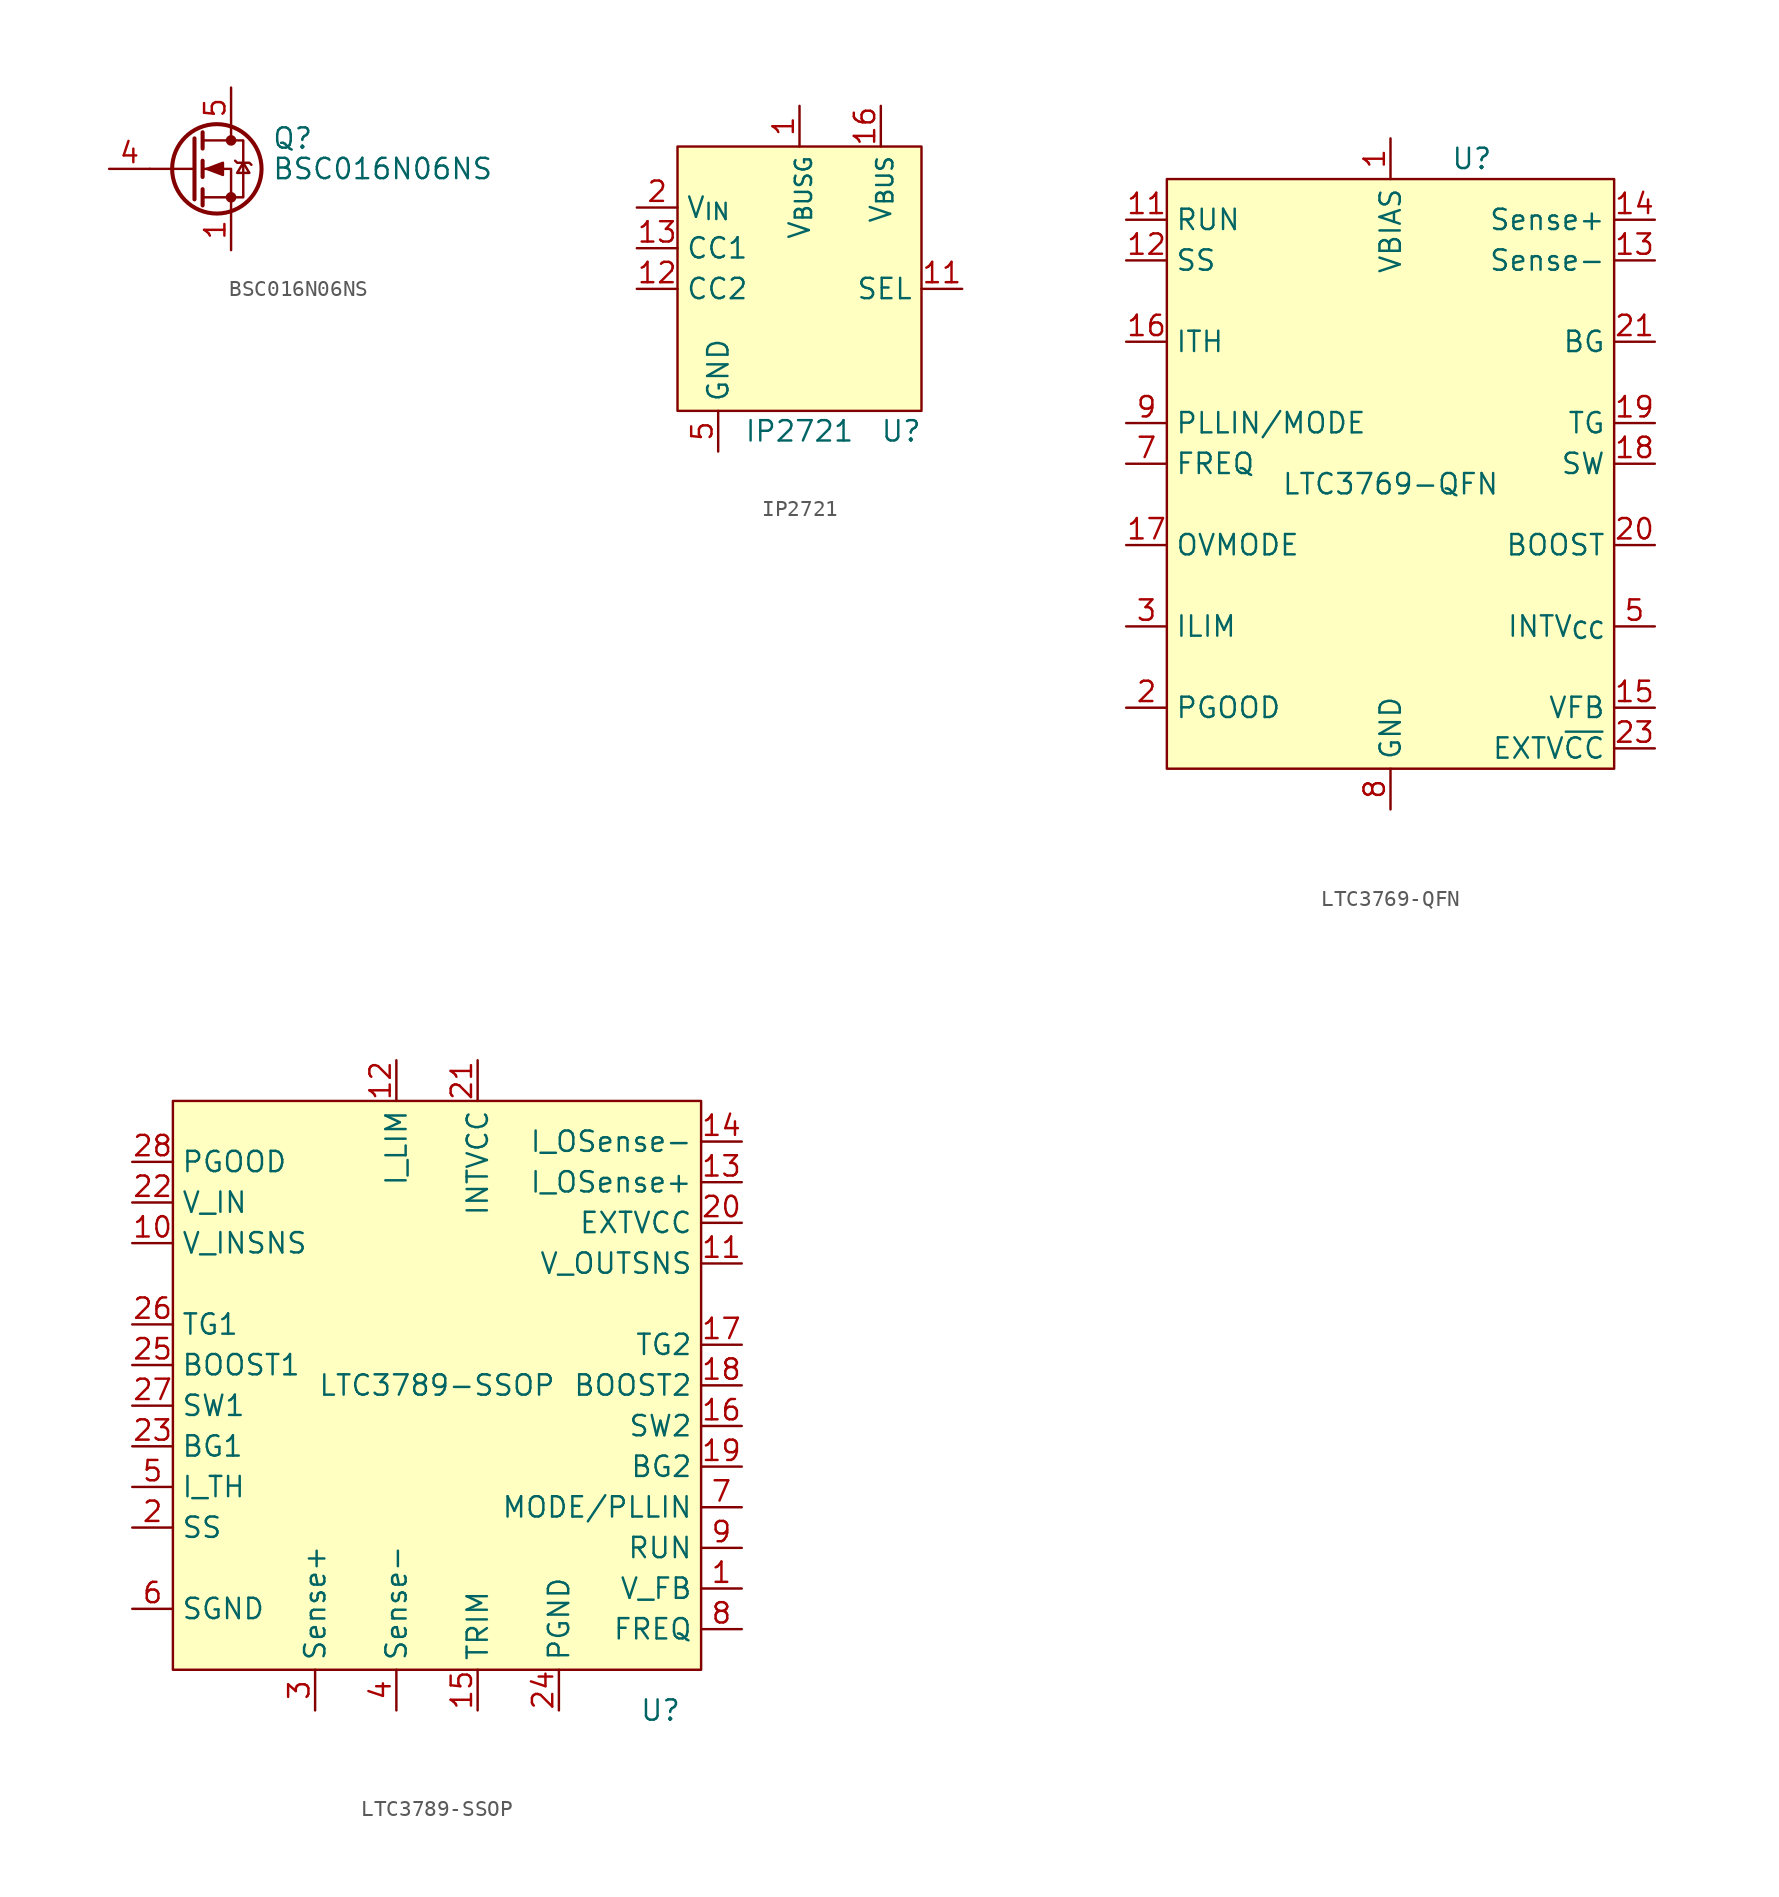
<source format=kicad_sym>
(kicad_symbol_lib
  (version 20220914)
  (generator kicad_symbol_editor)
  (symbol "BSC016N06NS"
    (pin_names hide)
    (property "Reference" "Q"
      (at 5.08 1.905 0)
      (effects (font (size 1.27 1.27)) (justify left)))
    (property "Value" "BSC016N06NS"
      (at 5.08 0 0)
      (effects (font (size 1.27 1.27)) (justify left)))
    (symbol "BSC016N06NS_0_1"
      (polyline (pts (xy 0.254 0) (xy -2.54 0)) (stroke (width 0) (type default)) (fill (type none)))
      (polyline (pts (xy 0.254 1.905) (xy 0.254 -1.905)) (stroke (width 0.254) (type default)) (fill (type none)))
      (polyline (pts (xy 0.762 -1.27) (xy 0.762 -2.286)) (stroke (width 0.254) (type default)) (fill (type none)))
      (polyline (pts (xy 0.762 0.508) (xy 0.762 -0.508)) (stroke (width 0.254) (type default)) (fill (type none)))
      (polyline (pts (xy 0.762 2.286) (xy 0.762 1.27)) (stroke (width 0.254) (type default)) (fill (type none)))
      (polyline (pts (xy 2.54 2.54) (xy 2.54 1.778)) (stroke (width 0) (type default)) (fill (type none)))
      (polyline (pts (xy 2.54 -2.54) (xy 2.54 0) (xy 0.762 0)) (stroke (width 0) (type default)) (fill (type none)))
      (polyline (pts (xy 0.762 -1.778) (xy 3.302 -1.778) (xy 3.302 1.778) (xy 0.762 1.778)) (stroke (width 0) (type default)) (fill (type none)))
      (polyline (pts (xy 1.016 0) (xy 2.032 0.381) (xy 2.032 -0.381) (xy 1.016 0)) (stroke (width 0) (type default)) (fill (type outline)))
      (polyline (pts (xy 2.794 0.508) (xy 2.921 0.381) (xy 3.683 0.381) (xy 3.81 0.254)) (stroke (width 0) (type default)) (fill (type none)))
      (polyline (pts (xy 3.302 0.381) (xy 2.921 -0.254) (xy 3.683 -0.254) (xy 3.302 0.381)) (stroke (width 0) (type default)) (fill (type none)))
      (circle (center 1.651 0) (radius 2.794) (stroke (width 0.254) (type default)) (fill (type none)))
      (circle (center 2.54 -1.778) (radius 0.254) (stroke (width 0) (type default)) (fill (type outline)))
      (circle (center 2.54 1.778) (radius 0.254) (stroke (width 0) (type default)) (fill (type outline))))
    (symbol "BSC016N06NS_1_1"
      (pin passive line (at 2.54 -5.08 90) (length 2.54) (name "S" (effects (font (size 1.27 1.27)))) (number "1" (effects (font (size 1.27 1.27)))))
      (pin passive line (at 2.54 -5.08 90) (length 2.54) hide (name "S" (effects (font (size 1.27 1.27)))) (number "2" (effects (font (size 1.27 1.27)))))
      (pin passive line (at 2.54 -5.08 90) (length 2.54) hide (name "S" (effects (font (size 1.27 1.27)))) (number "3" (effects (font (size 1.27 1.27)))))
      (pin passive line (at -5.08 0 0) (length 2.54) (name "G" (effects (font (size 1.27 1.27)))) (number "4" (effects (font (size 1.27 1.27)))))
      (pin passive line (at 2.54 5.08 270) (length 2.54) (name "D" (effects (font (size 1.27 1.27)))) (number "5" (effects (font (size 1.27 1.27)))))))
  (symbol "IP2721"
    (property "Reference" "U"
      (at 6.35 -11.43 0)
      (effects (font (size 1.27 1.27))))
    (property "Value" "IP2721"
      (at 0 -11.43 0)
      (effects (font (size 1.27 1.27))))
    (symbol "IP2721_0_0"
      (pin passive line (at 0 8.89 270) (length 2.54) (name "V_{BUSG}" (effects (font (size 1.27 1.27)))) (number "1" (effects (font (size 1.27 1.27)))))
      (pin no_connect line (at 3.81 -12.7 90) (length 2.54) hide (name "NC" (effects (font (size 1.27 1.27)))) (number "10" (effects (font (size 1.27 1.27)))))
      (pin passive line (at 10.16 -2.54 180) (length 2.54) (name "SEL" (effects (font (size 1.27 1.27)))) (number "11" (effects (font (size 1.27 1.27)))))
      (pin passive line (at -10.16 -2.54 0) (length 2.54) (name "CC2" (effects (font (size 1.27 1.27)))) (number "12" (effects (font (size 1.27 1.27)))))
      (pin passive line (at -10.16 0 0) (length 2.54) (name "CC1" (effects (font (size 1.27 1.27)))) (number "13" (effects (font (size 1.27 1.27)))))
      (pin no_connect line (at 5.08 -12.7 90) (length 2.54) hide (name "NC" (effects (font (size 1.27 1.27)))) (number "14" (effects (font (size 1.27 1.27)))))
      (pin no_connect line (at 6.35 -12.7 90) (length 2.54) hide (name "NC" (effects (font (size 1.27 1.27)))) (number "15" (effects (font (size 1.27 1.27)))))
      (pin passive line (at 5.08 8.89 270) (length 2.54) (name "V_{BUS}" (effects (font (size 1.27 1.27)))) (number "16" (effects (font (size 1.27 1.27)))))
      (pin passive line (at -10.16 2.54 0) (length 2.54) (name "V_{IN}" (effects (font (size 1.27 1.27)))) (number "2" (effects (font (size 1.27 1.27)))))
      (pin no_connect line (at 0 -12.7 90) (length 2.54) hide (name "NC" (effects (font (size 1.27 1.27)))) (number "3" (effects (font (size 1.27 1.27)))))
      (pin no_connect line (at 1.27 -12.7 90) (length 2.54) hide (name "NC" (effects (font (size 1.27 1.27)))) (number "4" (effects (font (size 1.27 1.27)))))
      (pin passive line (at -5.08 -12.7 90) (length 2.54) (name "GND" (effects (font (size 1.27 1.27)))) (number "5" (effects (font (size 1.27 1.27)))))
      (pin no_connect line (at 10.16 -7.62 180) (length 2.54) hide (name "TST1" (effects (font (size 1.27 1.27)))) (number "6" (effects (font (size 1.27 1.27)))))
      (pin no_connect line (at 10.16 -5.08 180) (length 2.54) hide (name "TST2" (effects (font (size 1.27 1.27)))) (number "7" (effects (font (size 1.27 1.27)))))
      (pin no_connect line (at 10.16 0 180) (length 2.54) hide (name "TST3" (effects (font (size 1.27 1.27)))) (number "8" (effects (font (size 1.27 1.27)))))
      (pin no_connect line (at 2.54 -12.7 90) (length 2.54) hide (name "NC" (effects (font (size 1.27 1.27)))) (number "9" (effects (font (size 1.27 1.27))))))
    (symbol "IP2721_0_1"
      (rectangle (start -7.62 6.35) (end 7.62 -10.16) (stroke (width 0.152) (type default)) (fill (type background)))))
  (symbol "LTC3769-QFN"
    (property "Reference" "U"
      (at 5.08 20.32 0)
      (effects (font (size 1.27 1.27))))
    (property "Value" "LTC3769-QFN"
      (at 0 0 0)
      (effects (font (size 1.27 1.27))))
    (symbol "LTC3769-QFN_0_0"
      (pin passive line (at 0 21.59 270) (length 2.54) (name "VBIAS" (effects (font (size 1.27 1.27)))) (number "1" (effects (font (size 1.27 1.27)))))
      (pin passive line (at 0 -20.32 90) (length 2.54) hide (name "GND" (effects (font (size 1.27 1.27)))) (number "10" (effects (font (size 1.27 1.27)))))
      (pin passive line (at -16.51 16.51 0) (length 2.54) (name "RUN" (effects (font (size 1.27 1.27)))) (number "11" (effects (font (size 1.27 1.27)))))
      (pin passive line (at -16.51 13.97 0) (length 2.54) (name "SS" (effects (font (size 1.27 1.27)))) (number "12" (effects (font (size 1.27 1.27)))))
      (pin passive line (at 16.51 13.97 180) (length 2.54) (name "Sense-" (effects (font (size 1.27 1.27)))) (number "13" (effects (font (size 1.27 1.27)))))
      (pin passive line (at 16.51 16.51 180) (length 2.54) (name "Sense+" (effects (font (size 1.27 1.27)))) (number "14" (effects (font (size 1.27 1.27)))))
      (pin passive line (at 16.51 -13.97 180) (length 2.54) (name "VFB" (effects (font (size 1.27 1.27)))) (number "15" (effects (font (size 1.27 1.27)))))
      (pin passive line (at -16.51 8.89 0) (length 2.54) (name "ITH" (effects (font (size 1.27 1.27)))) (number "16" (effects (font (size 1.27 1.27)))))
      (pin passive line (at -16.51 -3.81 0) (length 2.54) (name "OVMODE" (effects (font (size 1.27 1.27)))) (number "17" (effects (font (size 1.27 1.27)))))
      (pin passive line (at 16.51 1.27 180) (length 2.54) (name "SW" (effects (font (size 1.27 1.27)))) (number "18" (effects (font (size 1.27 1.27)))))
      (pin passive line (at 16.51 3.81 180) (length 2.54) (name "TG" (effects (font (size 1.27 1.27)))) (number "19" (effects (font (size 1.27 1.27)))))
      (pin passive line (at -16.51 -13.97 0) (length 2.54) (name "PGOOD" (effects (font (size 1.27 1.27)))) (number "2" (effects (font (size 1.27 1.27)))))
      (pin passive line (at 16.51 -3.81 180) (length 2.54) (name "BOOST" (effects (font (size 1.27 1.27)))) (number "20" (effects (font (size 1.27 1.27)))))
      (pin passive line (at 16.51 8.89 180) (length 2.54) (name "BG" (effects (font (size 1.27 1.27)))) (number "21" (effects (font (size 1.27 1.27)))))
      (pin passive line (at 16.51 -8.89 180) (length 2.54) hide (name "INTV_{CC}" (effects (font (size 1.27 1.27)))) (number "22" (effects (font (size 1.27 1.27)))))
      (pin passive line (at 16.51 -16.51 180) (length 2.54) (name "EXTV~{CC}" (effects (font (size 1.27 1.27)))) (number "23" (effects (font (size 1.27 1.27)))))
      (pin passive line (at 0 -20.32 90) (length 2.54) hide (name "GND" (effects (font (size 1.27 1.27)))) (number "24" (effects (font (size 1.27 1.27)))))
      (pin passive line (at 0 -20.32 90) (length 2.54) hide (name "GND" (effects (font (size 1.27 1.27)))) (number "25" (effects (font (size 1.27 1.27)))))
      (pin passive line (at -16.51 -8.89 0) (length 2.54) (name "ILIM" (effects (font (size 1.27 1.27)))) (number "3" (effects (font (size 1.27 1.27)))))
      (pin no_connect line (at 2.54 -20.32 90) (length 2.54) hide (name "NC" (effects (font (size 1.27 1.27)))) (number "4" (effects (font (size 1.27 1.27)))))
      (pin passive line (at 16.51 -8.89 180) (length 2.54) (name "INTV_{CC}" (effects (font (size 1.27 1.27)))) (number "5" (effects (font (size 1.27 1.27)))))
      (pin no_connect line (at 3.81 -20.32 90) (length 2.54) hide (name "NC" (effects (font (size 1.27 1.27)))) (number "6" (effects (font (size 1.27 1.27)))))
      (pin passive line (at -16.51 1.27 0) (length 2.54) (name "FREQ" (effects (font (size 1.27 1.27)))) (number "7" (effects (font (size 1.27 1.27)))))
      (pin passive line (at 0 -20.32 90) (length 2.54) (name "GND" (effects (font (size 1.27 1.27)))) (number "8" (effects (font (size 1.27 1.27)))))
      (pin passive line (at -16.51 3.81 0) (length 2.54) (name "PLLIN/MODE" (effects (font (size 1.27 1.27)))) (number "9" (effects (font (size 1.27 1.27))))))
    (symbol "LTC3769-QFN_0_1"
      (rectangle (start -13.97 19.05) (end 13.97 -17.78) (stroke (width 0.152) (type default)) (fill (type background)))))
  (symbol "LTC3789-SSOP"
    (property "Reference" "U"
      (at 13.97 -20.32 0)
      (effects (font (size 1.27 1.27))))
    (property "Value" "LTC3789-SSOP"
      (at 0 0 0)
      (effects (font (size 1.27 1.27))))
    (symbol "LTC3789-SSOP_0_0"
      (pin passive line (at 19.05 -12.7 180) (length 2.54) (name "V_FB" (effects (font (size 1.27 1.27)))) (number "1" (effects (font (size 1.27 1.27)))))
      (pin passive line (at -19.05 8.89 0) (length 2.54) (name "V_INSNS" (effects (font (size 1.27 1.27)))) (number "10" (effects (font (size 1.27 1.27)))))
      (pin passive line (at 19.05 7.62 180) (length 2.54) (name "V_OUTSNS" (effects (font (size 1.27 1.27)))) (number "11" (effects (font (size 1.27 1.27)))))
      (pin passive line (at -2.54 20.32 270) (length 2.54) (name "I_LIM" (effects (font (size 1.27 1.27)))) (number "12" (effects (font (size 1.27 1.27)))))
      (pin passive line (at 19.05 12.7 180) (length 2.54) (name "I_OSense+" (effects (font (size 1.27 1.27)))) (number "13" (effects (font (size 1.27 1.27)))))
      (pin passive line (at 19.05 15.24 180) (length 2.54) (name "I_OSense-" (effects (font (size 1.27 1.27)))) (number "14" (effects (font (size 1.27 1.27)))))
      (pin passive line (at 2.54 -20.32 90) (length 2.54) (name "TRIM" (effects (font (size 1.27 1.27)))) (number "15" (effects (font (size 1.27 1.27)))))
      (pin passive line (at 19.05 -2.54 180) (length 2.54) (name "SW2" (effects (font (size 1.27 1.27)))) (number "16" (effects (font (size 1.27 1.27)))))
      (pin passive line (at 19.05 2.54 180) (length 2.54) (name "TG2" (effects (font (size 1.27 1.27)))) (number "17" (effects (font (size 1.27 1.27)))))
      (pin passive line (at 19.05 0 180) (length 2.54) (name "BOOST2" (effects (font (size 1.27 1.27)))) (number "18" (effects (font (size 1.27 1.27)))))
      (pin passive line (at 19.05 -5.08 180) (length 2.54) (name "BG2" (effects (font (size 1.27 1.27)))) (number "19" (effects (font (size 1.27 1.27)))))
      (pin passive line (at -19.05 -8.89 0) (length 2.54) (name "SS" (effects (font (size 1.27 1.27)))) (number "2" (effects (font (size 1.27 1.27)))))
      (pin passive line (at 19.05 10.16 180) (length 2.54) (name "EXTVCC" (effects (font (size 1.27 1.27)))) (number "20" (effects (font (size 1.27 1.27)))))
      (pin passive line (at 2.54 20.32 270) (length 2.54) (name "INTVCC" (effects (font (size 1.27 1.27)))) (number "21" (effects (font (size 1.27 1.27)))))
      (pin passive line (at -19.05 11.43 0) (length 2.54) (name "V_IN" (effects (font (size 1.27 1.27)))) (number "22" (effects (font (size 1.27 1.27)))))
      (pin passive line (at -19.05 -3.81 0) (length 2.54) (name "BG1" (effects (font (size 1.27 1.27)))) (number "23" (effects (font (size 1.27 1.27)))))
      (pin passive line (at 7.62 -20.32 90) (length 2.54) (name "PGND" (effects (font (size 1.27 1.27)))) (number "24" (effects (font (size 1.27 1.27)))))
      (pin passive line (at -19.05 1.27 0) (length 2.54) (name "BOOST1" (effects (font (size 1.27 1.27)))) (number "25" (effects (font (size 1.27 1.27)))))
      (pin passive line (at -19.05 3.81 0) (length 2.54) (name "TG1" (effects (font (size 1.27 1.27)))) (number "26" (effects (font (size 1.27 1.27)))))
      (pin passive line (at -19.05 -1.27 0) (length 2.54) (name "SW1" (effects (font (size 1.27 1.27)))) (number "27" (effects (font (size 1.27 1.27)))))
      (pin passive line (at -19.05 13.97 0) (length 2.54) (name "PGOOD" (effects (font (size 1.27 1.27)))) (number "28" (effects (font (size 1.27 1.27)))))
      (pin passive line (at -7.62 -20.32 90) (length 2.54) (name "Sense+" (effects (font (size 1.27 1.27)))) (number "3" (effects (font (size 1.27 1.27)))))
      (pin passive line (at -2.54 -20.32 90) (length 2.54) (name "Sense-" (effects (font (size 1.27 1.27)))) (number "4" (effects (font (size 1.27 1.27)))))
      (pin passive line (at -19.05 -6.35 0) (length 2.54) (name "I_TH" (effects (font (size 1.27 1.27)))) (number "5" (effects (font (size 1.27 1.27)))))
      (pin passive line (at -19.05 -13.97 0) (length 2.54) (name "SGND" (effects (font (size 1.27 1.27)))) (number "6" (effects (font (size 1.27 1.27)))))
      (pin passive line (at 19.05 -7.62 180) (length 2.54) (name "MODE/PLLIN" (effects (font (size 1.27 1.27)))) (number "7" (effects (font (size 1.27 1.27)))))
      (pin passive line (at 19.05 -15.24 180) (length 2.54) (name "FREQ" (effects (font (size 1.27 1.27)))) (number "8" (effects (font (size 1.27 1.27)))))
      (pin passive line (at 19.05 -10.16 180) (length 2.54) (name "RUN" (effects (font (size 1.27 1.27)))) (number "9" (effects (font (size 1.27 1.27))))))
    (symbol "LTC3789-SSOP_0_1"
      (rectangle (start -16.51 17.78) (end 16.51 -17.78) (stroke (width 0.152) (type default)) (fill (type background))))))
</source>
